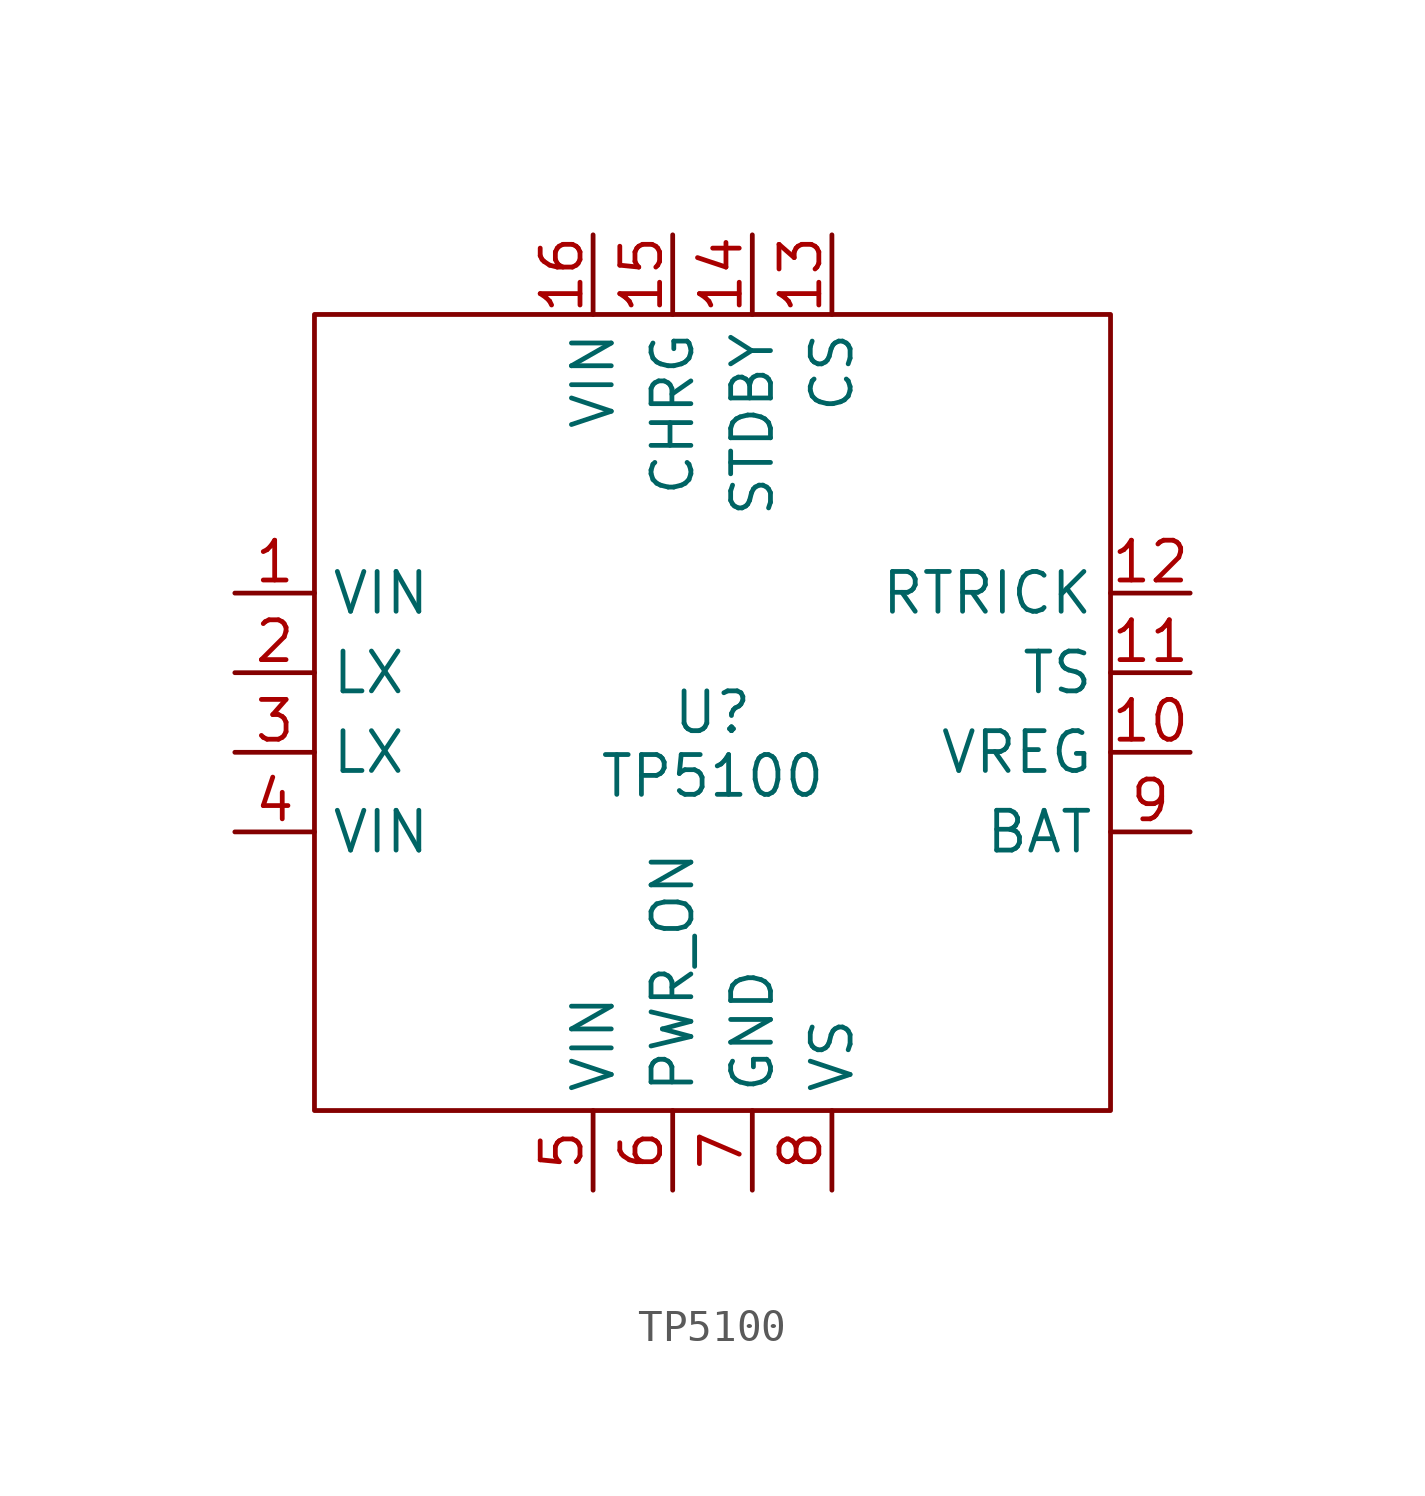
<source format=kicad_sym>
(kicad_symbol_lib
  (version 20231120)
  (generator "kicad_symbol_editor")
  (generator_version "8.0")
  (symbol "TP5100"
    (property "Reference" "U"
      (at 0 0 0)
      (effects (font (size 1.27 1.27))))
    (property "Value" "TP5100"
      (at 0 -2.032 0)
      (effects (font (size 1.27 1.27))))
    (symbol "TP5100_0_1"
      (rectangle (start -12.7 12.7) (end 12.7 -12.7) (stroke (width 0) (type default)) (fill (type none))))
    (symbol "TP5100_1_1"
      (pin power_in line (at -15.24 3.81 0) (length 2.54) (name "VIN" (effects (font (size 1.27 1.27)))) (number "1" (effects (font (size 1.27 1.27)))))
      (pin input line (at 15.24 -1.27 180) (length 2.54) (name "VREG" (effects (font (size 1.27 1.27)))) (number "10" (effects (font (size 1.27 1.27)))))
      (pin input line (at 15.24 1.27 180) (length 2.54) (name "TS" (effects (font (size 1.27 1.27)))) (number "11" (effects (font (size 1.27 1.27)))))
      (pin input line (at 15.24 3.81 180) (length 2.54) (name "RTRICK" (effects (font (size 1.27 1.27)))) (number "12" (effects (font (size 1.27 1.27)))))
      (pin input line (at 3.81 15.24 270) (length 2.54) (name "CS" (effects (font (size 1.27 1.27)))) (number "13" (effects (font (size 1.27 1.27)))))
      (pin bidirectional line (at 1.27 15.24 270) (length 2.54) (name "STDBY" (effects (font (size 1.27 1.27)))) (number "14" (effects (font (size 1.27 1.27)))))
      (pin bidirectional line (at -1.27 15.24 270) (length 2.54) (name "CHRG" (effects (font (size 1.27 1.27)))) (number "15" (effects (font (size 1.27 1.27)))))
      (pin power_in line (at -3.81 15.24 270) (length 2.54) (name "VIN" (effects (font (size 1.27 1.27)))) (number "16" (effects (font (size 1.27 1.27)))))
      (pin output line (at -15.24 1.27 0) (length 2.54) (name "LX" (effects (font (size 1.27 1.27)))) (number "2" (effects (font (size 1.27 1.27)))))
      (pin output line (at -15.24 -1.27 0) (length 2.54) (name "LX" (effects (font (size 1.27 1.27)))) (number "3" (effects (font (size 1.27 1.27)))))
      (pin power_in line (at -15.24 -3.81 0) (length 2.54) (name "VIN" (effects (font (size 1.27 1.27)))) (number "4" (effects (font (size 1.27 1.27)))))
      (pin power_in line (at -3.81 -15.24 90) (length 2.54) (name "VIN" (effects (font (size 1.27 1.27)))) (number "5" (effects (font (size 1.27 1.27)))))
      (pin bidirectional line (at -1.27 -15.24 90) (length 2.54) (name "PWR_ON" (effects (font (size 1.27 1.27)))) (number "6" (effects (font (size 1.27 1.27)))))
      (pin power_in line (at 1.27 -15.24 90) (length 2.54) (name "GND" (effects (font (size 1.27 1.27)))) (number "7" (effects (font (size 1.27 1.27)))))
      (pin input line (at 3.81 -15.24 90) (length 2.54) (name "VS" (effects (font (size 1.27 1.27)))) (number "8" (effects (font (size 1.27 1.27)))))
      (pin input line (at 15.24 -3.81 180) (length 2.54) (name "BAT" (effects (font (size 1.27 1.27)))) (number "9" (effects (font (size 1.27 1.27))))))))
</source>
